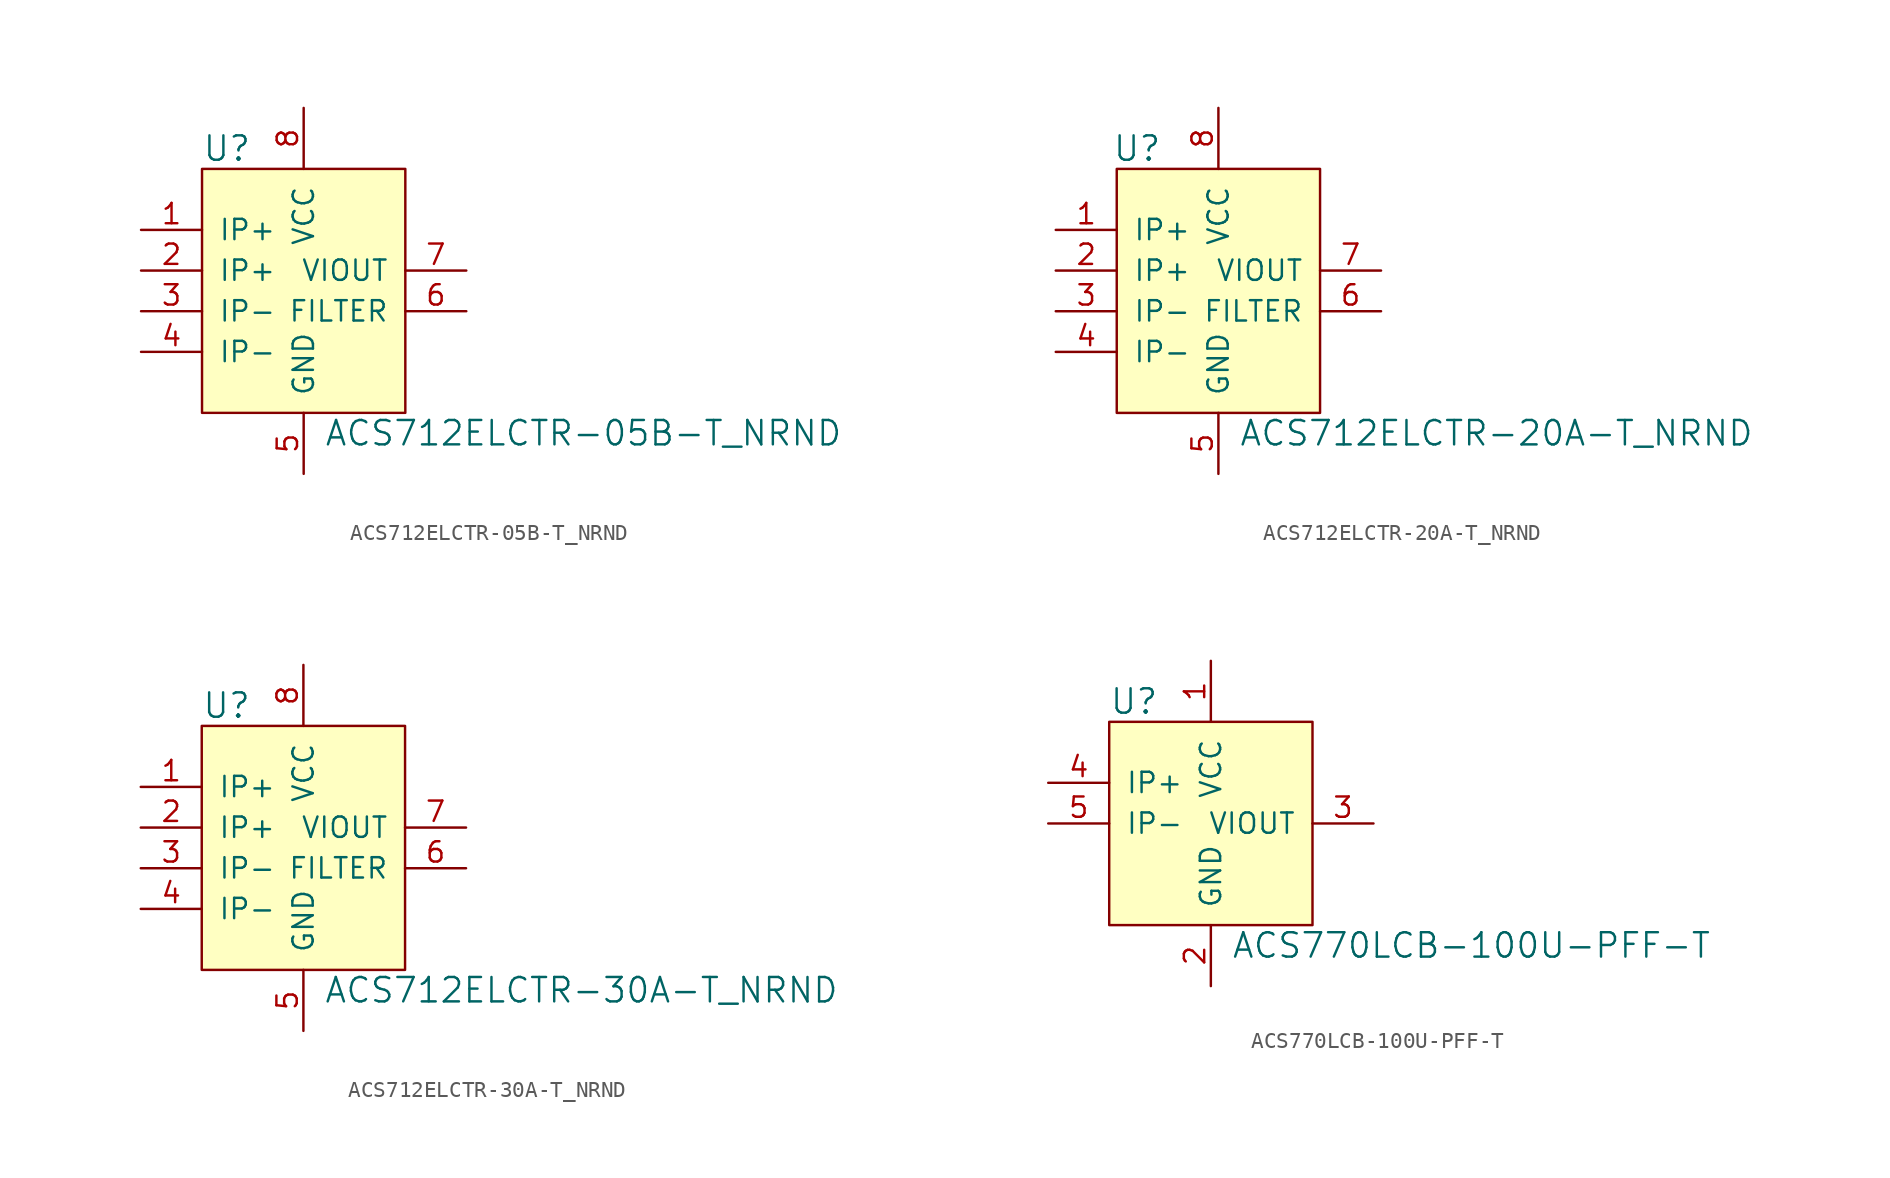
<source format=kicad_sym>
(kicad_symbol_lib
  (version 20211014)
  (generator kicad_symbol_editor)
  (symbol "ACS712ELCTR-05B-T_NRND"
    (pin_names
      (offset 1.016))
    (property "Reference" "U"
      (at -6.35 7.62 0)
      (effects (font (size 1.524 1.524)) (justify left)))
    (property "Value" "ACS712ELCTR-05B-T_NRND"
      (at 1.27 -10.16 0)
      (effects (font (size 1.524 1.524)) (justify left)))
    (symbol "ACS712ELCTR-05B-T_NRND_1_1"
      (rectangle (start -6.35 6.35) (end 6.35 -8.89) (stroke (width 0) (type default) (color 0 0 0 0)) (fill (type background)))
      (pin input line (at -10.16 2.54 0) (length 3.81) (name "IP+" (effects (font (size 1.27 1.27)))) (number "1" (effects (font (size 1.27 1.27)))))
      (pin input line (at -10.16 0 0) (length 3.81) (name "IP+" (effects (font (size 1.27 1.27)))) (number "2" (effects (font (size 1.27 1.27)))))
      (pin input line (at -10.16 -2.54 0) (length 3.81) (name "IP-" (effects (font (size 1.27 1.27)))) (number "3" (effects (font (size 1.27 1.27)))))
      (pin input line (at -10.16 -5.08 0) (length 3.81) (name "IP-" (effects (font (size 1.27 1.27)))) (number "4" (effects (font (size 1.27 1.27)))))
      (pin power_in line (at 0 -12.7 90) (length 3.81) (name "GND" (effects (font (size 1.27 1.27)))) (number "5" (effects (font (size 1.27 1.27)))))
      (pin unspecified line (at 10.16 -2.54 180) (length 3.81) (name "FILTER" (effects (font (size 1.27 1.27)))) (number "6" (effects (font (size 1.27 1.27)))))
      (pin output line (at 10.16 0 180) (length 3.81) (name "VIOUT" (effects (font (size 1.27 1.27)))) (number "7" (effects (font (size 1.27 1.27)))))
      (pin power_in line (at 0 10.16 270) (length 3.81) (name "VCC" (effects (font (size 1.27 1.27)))) (number "8" (effects (font (size 1.27 1.27)))))))
  (symbol "ACS712ELCTR-20A-T_NRND"
    (pin_names
      (offset 1.016))
    (property "Reference" "U"
      (at -5.08 7.62 0)
      (effects (font (size 1.524 1.524))))
    (property "Value" "ACS712ELCTR-20A-T_NRND"
      (at 1.27 -10.16 0)
      (effects (font (size 1.524 1.524)) (justify left)))
    (symbol "ACS712ELCTR-20A-T_NRND_1_1"
      (rectangle (start -6.35 6.35) (end 6.35 -8.89) (stroke (width 0) (type default) (color 0 0 0 0)) (fill (type background)))
      (pin input line (at -10.16 2.54 0) (length 3.81) (name "IP+" (effects (font (size 1.27 1.27)))) (number "1" (effects (font (size 1.27 1.27)))))
      (pin input line (at -10.16 0 0) (length 3.81) (name "IP+" (effects (font (size 1.27 1.27)))) (number "2" (effects (font (size 1.27 1.27)))))
      (pin input line (at -10.16 -2.54 0) (length 3.81) (name "IP-" (effects (font (size 1.27 1.27)))) (number "3" (effects (font (size 1.27 1.27)))))
      (pin input line (at -10.16 -5.08 0) (length 3.81) (name "IP-" (effects (font (size 1.27 1.27)))) (number "4" (effects (font (size 1.27 1.27)))))
      (pin power_in line (at 0 -12.7 90) (length 3.81) (name "GND" (effects (font (size 1.27 1.27)))) (number "5" (effects (font (size 1.27 1.27)))))
      (pin unspecified line (at 10.16 -2.54 180) (length 3.81) (name "FILTER" (effects (font (size 1.27 1.27)))) (number "6" (effects (font (size 1.27 1.27)))))
      (pin output line (at 10.16 0 180) (length 3.81) (name "VIOUT" (effects (font (size 1.27 1.27)))) (number "7" (effects (font (size 1.27 1.27)))))
      (pin power_in line (at 0 10.16 270) (length 3.81) (name "VCC" (effects (font (size 1.27 1.27)))) (number "8" (effects (font (size 1.27 1.27)))))))
  (symbol "ACS712ELCTR-30A-T_NRND"
    (pin_names
      (offset 1.016))
    (property "Reference" "U"
      (at -6.35 7.62 0)
      (effects (font (size 1.524 1.524)) (justify left)))
    (property "Value" "ACS712ELCTR-30A-T_NRND"
      (at 1.27 -10.16 0)
      (effects (font (size 1.524 1.524)) (justify left)))
    (symbol "ACS712ELCTR-30A-T_NRND_1_1"
      (rectangle (start -6.35 6.35) (end 6.35 -8.89) (stroke (width 0) (type default) (color 0 0 0 0)) (fill (type background)))
      (pin input line (at -10.16 2.54 0) (length 3.81) (name "IP+" (effects (font (size 1.27 1.27)))) (number "1" (effects (font (size 1.27 1.27)))))
      (pin input line (at -10.16 0 0) (length 3.81) (name "IP+" (effects (font (size 1.27 1.27)))) (number "2" (effects (font (size 1.27 1.27)))))
      (pin input line (at -10.16 -2.54 0) (length 3.81) (name "IP-" (effects (font (size 1.27 1.27)))) (number "3" (effects (font (size 1.27 1.27)))))
      (pin input line (at -10.16 -5.08 0) (length 3.81) (name "IP-" (effects (font (size 1.27 1.27)))) (number "4" (effects (font (size 1.27 1.27)))))
      (pin power_in line (at 0 -12.7 90) (length 3.81) (name "GND" (effects (font (size 1.27 1.27)))) (number "5" (effects (font (size 1.27 1.27)))))
      (pin unspecified line (at 10.16 -2.54 180) (length 3.81) (name "FILTER" (effects (font (size 1.27 1.27)))) (number "6" (effects (font (size 1.27 1.27)))))
      (pin output line (at 10.16 0 180) (length 3.81) (name "VIOUT" (effects (font (size 1.27 1.27)))) (number "7" (effects (font (size 1.27 1.27)))))
      (pin power_in line (at 0 10.16 270) (length 3.81) (name "VCC" (effects (font (size 1.27 1.27)))) (number "8" (effects (font (size 1.27 1.27)))))))
  (symbol "ACS770LCB-100U-PFF-T"
    (pin_names
      (offset 1.016))
    (property "Reference" "U"
      (at -6.35 7.62 0)
      (effects (font (size 1.524 1.524)) (justify left)))
    (property "Value" "ACS770LCB-100U-PFF-T"
      (at 1.27 -7.62 0)
      (effects (font (size 1.524 1.524)) (justify left)))
    (symbol "ACS770LCB-100U-PFF-T_1_1"
      (rectangle (start -6.35 6.35) (end 6.35 -6.35) (stroke (width 0) (type default) (color 0 0 0 0)) (fill (type background)))
      (pin power_in line (at 0 10.16 270) (length 3.81) (name "VCC" (effects (font (size 1.27 1.27)))) (number "1" (effects (font (size 1.27 1.27)))))
      (pin power_in line (at 0 -10.16 90) (length 3.81) (name "GND" (effects (font (size 1.27 1.27)))) (number "2" (effects (font (size 1.27 1.27)))))
      (pin output line (at 10.16 0 180) (length 3.81) (name "VIOUT" (effects (font (size 1.27 1.27)))) (number "3" (effects (font (size 1.27 1.27)))))
      (pin input line (at -10.16 2.54 0) (length 3.81) (name "IP+" (effects (font (size 1.27 1.27)))) (number "4" (effects (font (size 1.27 1.27)))))
      (pin input line (at -10.16 0 0) (length 3.81) (name "IP-" (effects (font (size 1.27 1.27)))) (number "5" (effects (font (size 1.27 1.27))))))))
</source>
